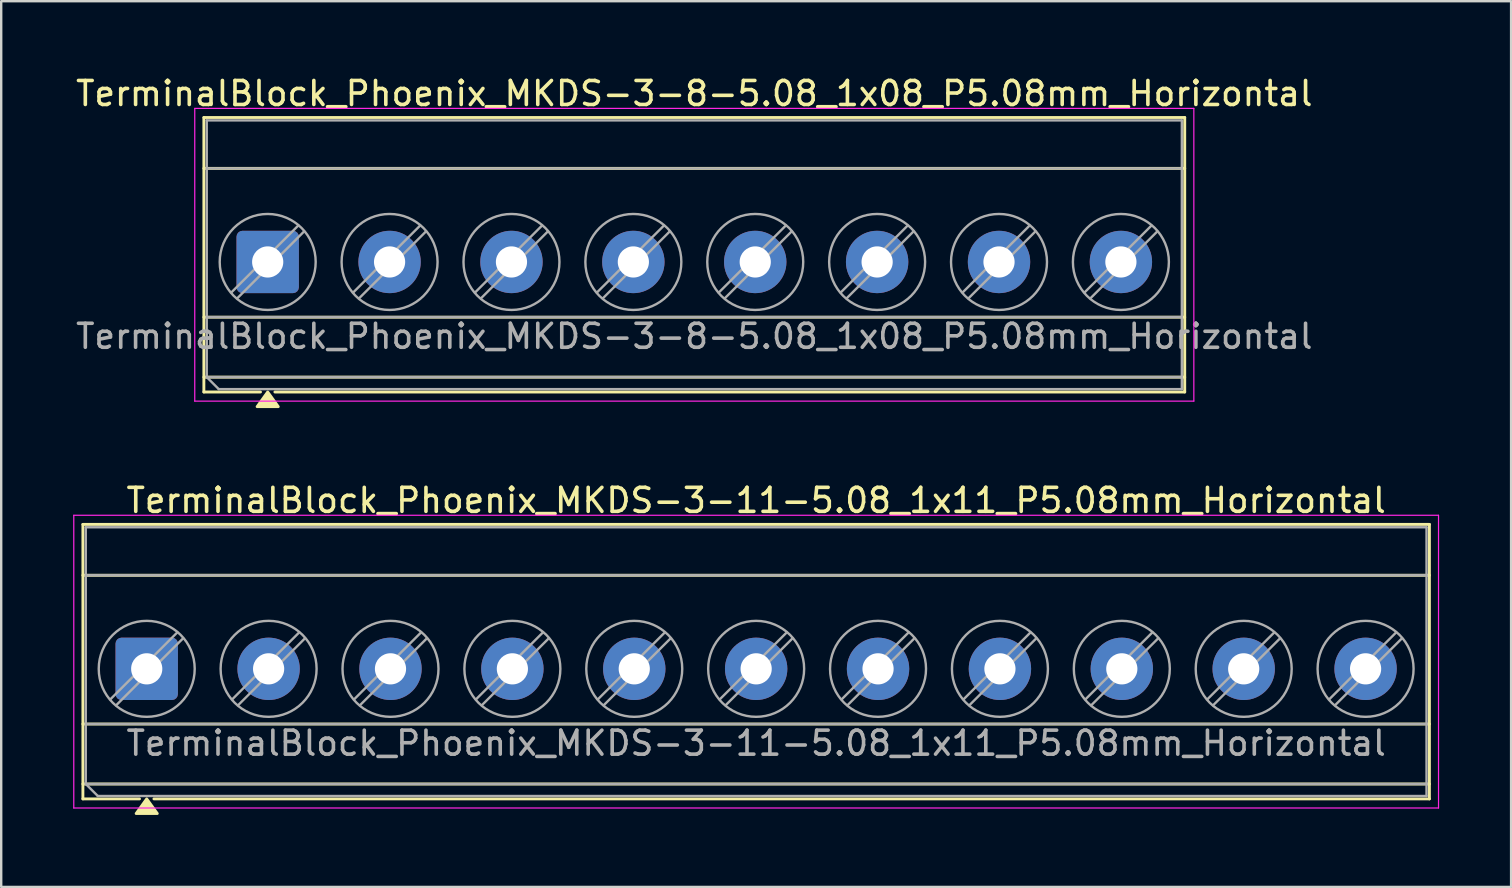
<source format=kicad_pcb>
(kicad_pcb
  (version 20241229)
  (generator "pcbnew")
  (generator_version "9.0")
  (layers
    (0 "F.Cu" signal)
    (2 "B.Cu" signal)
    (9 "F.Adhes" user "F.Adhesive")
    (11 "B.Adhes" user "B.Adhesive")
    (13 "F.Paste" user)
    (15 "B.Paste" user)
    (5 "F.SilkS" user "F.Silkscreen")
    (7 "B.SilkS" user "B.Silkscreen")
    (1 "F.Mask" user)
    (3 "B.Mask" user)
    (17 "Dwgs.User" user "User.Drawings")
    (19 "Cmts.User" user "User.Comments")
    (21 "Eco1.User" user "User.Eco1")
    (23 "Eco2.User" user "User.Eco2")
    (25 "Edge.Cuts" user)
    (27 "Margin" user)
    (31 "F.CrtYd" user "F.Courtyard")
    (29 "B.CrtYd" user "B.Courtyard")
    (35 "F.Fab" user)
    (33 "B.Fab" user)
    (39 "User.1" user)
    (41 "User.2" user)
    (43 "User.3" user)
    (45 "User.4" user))
  (footprint "TerminalBlock_Phoenix_MKDS-3-11-5.08_1x11_P5.08mm_Horizontal"
    (layer "F.Cu")
    (at 3.065 24.826)
    (property "Reference" "TerminalBlock_Phoenix_MKDS-3-11-5.08_1x11_P5.08mm_Horizontal" (at 25.4 -7.02 0) (layer "F.SilkS") (effects (font (size 1 1) (thickness 0.15))))
    (attr through_hole)
    (fp_line (start -2.66 -6.02) (end -2.66 5.42) (stroke (width 0.12) (type solid)) (layer "F.SilkS"))
    (fp_line (start -2.66 -6.02) (end 53.46 -6.02) (stroke (width 0.12) (type solid)) (layer "F.SilkS"))
    (fp_line (start -2.66 -3.9) (end 53.46 -3.9) (stroke (width 0.12) (type solid)) (layer "F.SilkS"))
    (fp_line (start -2.66 2.3) (end 53.46 2.3) (stroke (width 0.12) (type solid)) (layer "F.SilkS"))
    (fp_line (start -2.66 4.8) (end 53.46 4.8) (stroke (width 0.12) (type solid)) (layer "F.SilkS"))
    (fp_line (start -2.66 5.42) (end -0.3 5.42) (stroke (width 0.12) (type solid)) (layer "F.SilkS"))
    (fp_line (start 0.3 5.42) (end 53.46 5.42) (stroke (width 0.12) (type solid)) (layer "F.SilkS"))
    (fp_line (start 53.46 -6.02) (end 53.46 5.42) (stroke (width 0.12) (type solid)) (layer "F.SilkS"))
    (fp_poly (pts (xy 0 5.42) (xy 0.44 6.03) (xy -0.44 6.03)) (stroke (width 0.12) (type solid)) (fill yes) (layer "F.SilkS"))
    (fp_line (start -3.04 -6.4) (end -3.04 5.8) (stroke (width 0.05) (type solid)) (layer "F.CrtYd"))
    (fp_line (start -3.04 5.8) (end 53.84 5.8) (stroke (width 0.05) (type solid)) (layer "F.CrtYd"))
    (fp_line (start 53.84 -6.4) (end -3.04 -6.4) (stroke (width 0.05) (type solid)) (layer "F.CrtYd"))
    (fp_line (start 53.84 5.8) (end 53.84 -6.4) (stroke (width 0.05) (type solid)) (layer "F.CrtYd"))
    (fp_line (start -2.54 -5.9) (end 53.34 -5.9) (stroke (width 0.1) (type solid)) (layer "F.Fab"))
    (fp_line (start -2.54 -3.9) (end 53.34 -3.9) (stroke (width 0.1) (type solid)) (layer "F.Fab"))
    (fp_line (start -2.54 2.3) (end 53.34 2.3) (stroke (width 0.1) (type solid)) (layer "F.Fab"))
    (fp_line (start -2.54 4.8) (end -2.54 -5.9) (stroke (width 0.1) (type solid)) (layer "F.Fab"))
    (fp_line (start -2.54 4.8) (end 53.34 4.8) (stroke (width 0.1) (type solid)) (layer "F.Fab"))
    (fp_line (start -2.04 5.3) (end -2.54 4.8) (stroke (width 0.1) (type solid)) (layer "F.Fab"))
    (fp_line (start 1.273 -1.517) (end -1.517 1.272) (stroke (width 0.1) (type solid)) (layer "F.Fab"))
    (fp_line (start 1.517 -1.273) (end -1.273 1.517) (stroke (width 0.1) (type solid)) (layer "F.Fab"))
    (fp_line (start 6.353 -1.517) (end 3.563 1.272) (stroke (width 0.1) (type solid)) (layer "F.Fab"))
    (fp_line (start 6.597 -1.273) (end 3.807 1.517) (stroke (width 0.1) (type solid)) (layer "F.Fab"))
    (fp_line (start 11.433 -1.517) (end 8.643 1.272) (stroke (width 0.1) (type solid)) (layer "F.Fab"))
    (fp_line (start 11.677 -1.273) (end 8.887 1.517) (stroke (width 0.1) (type solid)) (layer "F.Fab"))
    (fp_line (start 16.513 -1.517) (end 13.723 1.272) (stroke (width 0.1) (type solid)) (layer "F.Fab"))
    (fp_line (start 16.757 -1.273) (end 13.967 1.517) (stroke (width 0.1) (type solid)) (layer "F.Fab"))
    (fp_line (start 21.593 -1.517) (end 18.803 1.272) (stroke (width 0.1) (type solid)) (layer "F.Fab"))
    (fp_line (start 21.837 -1.273) (end 19.047 1.517) (stroke (width 0.1) (type solid)) (layer "F.Fab"))
    (fp_line (start 26.673 -1.517) (end 23.883 1.272) (stroke (width 0.1) (type solid)) (layer "F.Fab"))
    (fp_line (start 26.917 -1.273) (end 24.127 1.517) (stroke (width 0.1) (type solid)) (layer "F.Fab"))
    (fp_line (start 31.753 -1.517) (end 28.963 1.272) (stroke (width 0.1) (type solid)) (layer "F.Fab"))
    (fp_line (start 31.997 -1.273) (end 29.207 1.517) (stroke (width 0.1) (type solid)) (layer "F.Fab"))
    (fp_line (start 36.833 -1.517) (end 34.043 1.272) (stroke (width 0.1) (type solid)) (layer "F.Fab"))
    (fp_line (start 37.077 -1.273) (end 34.287 1.517) (stroke (width 0.1) (type solid)) (layer "F.Fab"))
    (fp_line (start 41.913 -1.517) (end 39.123 1.272) (stroke (width 0.1) (type solid)) (layer "F.Fab"))
    (fp_line (start 42.157 -1.273) (end 39.367 1.517) (stroke (width 0.1) (type solid)) (layer "F.Fab"))
    (fp_line (start 46.993 -1.517) (end 44.203 1.272) (stroke (width 0.1) (type solid)) (layer "F.Fab"))
    (fp_line (start 47.237 -1.273) (end 44.447 1.517) (stroke (width 0.1) (type solid)) (layer "F.Fab"))
    (fp_line (start 52.073 -1.517) (end 49.283 1.272) (stroke (width 0.1) (type solid)) (layer "F.Fab"))
    (fp_line (start 52.317 -1.273) (end 49.527 1.517) (stroke (width 0.1) (type solid)) (layer "F.Fab"))
    (fp_line (start 53.34 -5.9) (end 53.34 5.3) (stroke (width 0.1) (type solid)) (layer "F.Fab"))
    (fp_line (start 53.34 5.3) (end -2.04 5.3) (stroke (width 0.1) (type solid)) (layer "F.Fab"))
    (fp_circle (center 0 0) (end 2 0) (stroke (width 0.1) (type solid)) (fill no) (layer "F.Fab"))
    (fp_circle (center 5.08 0) (end 7.08 0) (stroke (width 0.1) (type solid)) (fill no) (layer "F.Fab"))
    (fp_circle (center 10.16 0) (end 12.16 0) (stroke (width 0.1) (type solid)) (fill no) (layer "F.Fab"))
    (fp_circle (center 15.24 0) (end 17.24 0) (stroke (width 0.1) (type solid)) (fill no) (layer "F.Fab"))
    (fp_circle (center 20.32 0) (end 22.32 0) (stroke (width 0.1) (type solid)) (fill no) (layer "F.Fab"))
    (fp_circle (center 25.4 0) (end 27.4 0) (stroke (width 0.1) (type solid)) (fill no) (layer "F.Fab"))
    (fp_circle (center 30.48 0) (end 32.48 0) (stroke (width 0.1) (type solid)) (fill no) (layer "F.Fab"))
    (fp_circle (center 35.56 0) (end 37.56 0) (stroke (width 0.1) (type solid)) (fill no) (layer "F.Fab"))
    (fp_circle (center 40.64 0) (end 42.64 0) (stroke (width 0.1) (type solid)) (fill no) (layer "F.Fab"))
    (fp_circle (center 45.72 0) (end 47.72 0) (stroke (width 0.1) (type solid)) (fill no) (layer "F.Fab"))
    (fp_circle (center 50.8 0) (end 52.8 0) (stroke (width 0.1) (type solid)) (fill no) (layer "F.Fab"))
    (fp_text user "${REFERENCE}" (at 25.4 3.1 0) (layer "F.Fab") (effects (font (size 1 1) (thickness 0.15))))
    (pad "1" thru_hole roundrect (at 0 0) (size 2.6 2.6) (drill 1.3) (layers "*.Cu" "*.Mask") (roundrect_rratio 0.096))
    (pad "2" thru_hole circle (at 5.08 0) (size 2.6 2.6) (drill 1.3) (layers "*.Cu" "*.Mask"))
    (pad "3" thru_hole circle (at 10.16 0) (size 2.6 2.6) (drill 1.3) (layers "*.Cu" "*.Mask"))
    (pad "4" thru_hole circle (at 15.24 0) (size 2.6 2.6) (drill 1.3) (layers "*.Cu" "*.Mask"))
    (pad "5" thru_hole circle (at 20.32 0) (size 2.6 2.6) (drill 1.3) (layers "*.Cu" "*.Mask"))
    (pad "6" thru_hole circle (at 25.4 0) (size 2.6 2.6) (drill 1.3) (layers "*.Cu" "*.Mask"))
    (pad "7" thru_hole circle (at 30.48 0) (size 2.6 2.6) (drill 1.3) (layers "*.Cu" "*.Mask"))
    (pad "8" thru_hole circle (at 35.56 0) (size 2.6 2.6) (drill 1.3) (layers "*.Cu" "*.Mask"))
    (pad "9" thru_hole circle (at 40.64 0) (size 2.6 2.6) (drill 1.3) (layers "*.Cu" "*.Mask"))
    (pad "10" thru_hole circle (at 45.72 0) (size 2.6 2.6) (drill 1.3) (layers "*.Cu" "*.Mask"))
    (pad "11" thru_hole circle (at 50.8 0) (size 2.6 2.6) (drill 1.3) (layers "*.Cu" "*.Mask")))
  (footprint "TerminalBlock_Phoenix_MKDS-3-8-5.08_1x08_P5.08mm_Horizontal"
    (layer "F.Cu")
    (at 8.107 7.868)
    (property "Reference" "TerminalBlock_Phoenix_MKDS-3-8-5.08_1x08_P5.08mm_Horizontal" (at 17.78 -7.02 0) (layer "F.SilkS") (effects (font (size 1 1) (thickness 0.15))))
    (attr through_hole)
    (fp_line (start -2.66 -6.02) (end -2.66 5.42) (stroke (width 0.12) (type solid)) (layer "F.SilkS"))
    (fp_line (start -2.66 -6.02) (end 38.22 -6.02) (stroke (width 0.12) (type solid)) (layer "F.SilkS"))
    (fp_line (start -2.66 -3.9) (end 38.22 -3.9) (stroke (width 0.12) (type solid)) (layer "F.SilkS"))
    (fp_line (start -2.66 2.3) (end 38.22 2.3) (stroke (width 0.12) (type solid)) (layer "F.SilkS"))
    (fp_line (start -2.66 4.8) (end 38.22 4.8) (stroke (width 0.12) (type solid)) (layer "F.SilkS"))
    (fp_line (start -2.66 5.42) (end -0.3 5.42) (stroke (width 0.12) (type solid)) (layer "F.SilkS"))
    (fp_line (start 0.3 5.42) (end 38.22 5.42) (stroke (width 0.12) (type solid)) (layer "F.SilkS"))
    (fp_line (start 38.22 -6.02) (end 38.22 5.42) (stroke (width 0.12) (type solid)) (layer "F.SilkS"))
    (fp_poly (pts (xy 0 5.42) (xy 0.44 6.03) (xy -0.44 6.03)) (stroke (width 0.12) (type solid)) (fill yes) (layer "F.SilkS"))
    (fp_line (start -3.04 -6.4) (end -3.04 5.8) (stroke (width 0.05) (type solid)) (layer "F.CrtYd"))
    (fp_line (start -3.04 5.8) (end 38.6 5.8) (stroke (width 0.05) (type solid)) (layer "F.CrtYd"))
    (fp_line (start 38.6 -6.4) (end -3.04 -6.4) (stroke (width 0.05) (type solid)) (layer "F.CrtYd"))
    (fp_line (start 38.6 5.8) (end 38.6 -6.4) (stroke (width 0.05) (type solid)) (layer "F.CrtYd"))
    (fp_line (start -2.54 -5.9) (end 38.1 -5.9) (stroke (width 0.1) (type solid)) (layer "F.Fab"))
    (fp_line (start -2.54 -3.9) (end 38.1 -3.9) (stroke (width 0.1) (type solid)) (layer "F.Fab"))
    (fp_line (start -2.54 2.3) (end 38.1 2.3) (stroke (width 0.1) (type solid)) (layer "F.Fab"))
    (fp_line (start -2.54 4.8) (end -2.54 -5.9) (stroke (width 0.1) (type solid)) (layer "F.Fab"))
    (fp_line (start -2.54 4.8) (end 38.1 4.8) (stroke (width 0.1) (type solid)) (layer "F.Fab"))
    (fp_line (start -2.04 5.3) (end -2.54 4.8) (stroke (width 0.1) (type solid)) (layer "F.Fab"))
    (fp_line (start 1.273 -1.517) (end -1.517 1.272) (stroke (width 0.1) (type solid)) (layer "F.Fab"))
    (fp_line (start 1.517 -1.273) (end -1.273 1.517) (stroke (width 0.1) (type solid)) (layer "F.Fab"))
    (fp_line (start 6.353 -1.517) (end 3.563 1.272) (stroke (width 0.1) (type solid)) (layer "F.Fab"))
    (fp_line (start 6.597 -1.273) (end 3.807 1.517) (stroke (width 0.1) (type solid)) (layer "F.Fab"))
    (fp_line (start 11.433 -1.517) (end 8.643 1.272) (stroke (width 0.1) (type solid)) (layer "F.Fab"))
    (fp_line (start 11.677 -1.273) (end 8.887 1.517) (stroke (width 0.1) (type solid)) (layer "F.Fab"))
    (fp_line (start 16.513 -1.517) (end 13.723 1.272) (stroke (width 0.1) (type solid)) (layer "F.Fab"))
    (fp_line (start 16.757 -1.273) (end 13.967 1.517) (stroke (width 0.1) (type solid)) (layer "F.Fab"))
    (fp_line (start 21.593 -1.517) (end 18.803 1.272) (stroke (width 0.1) (type solid)) (layer "F.Fab"))
    (fp_line (start 21.837 -1.273) (end 19.047 1.517) (stroke (width 0.1) (type solid)) (layer "F.Fab"))
    (fp_line (start 26.673 -1.517) (end 23.883 1.272) (stroke (width 0.1) (type solid)) (layer "F.Fab"))
    (fp_line (start 26.917 -1.273) (end 24.127 1.517) (stroke (width 0.1) (type solid)) (layer "F.Fab"))
    (fp_line (start 31.753 -1.517) (end 28.963 1.272) (stroke (width 0.1) (type solid)) (layer "F.Fab"))
    (fp_line (start 31.997 -1.273) (end 29.207 1.517) (stroke (width 0.1) (type solid)) (layer "F.Fab"))
    (fp_line (start 36.833 -1.517) (end 34.043 1.272) (stroke (width 0.1) (type solid)) (layer "F.Fab"))
    (fp_line (start 37.077 -1.273) (end 34.287 1.517) (stroke (width 0.1) (type solid)) (layer "F.Fab"))
    (fp_line (start 38.1 -5.9) (end 38.1 5.3) (stroke (width 0.1) (type solid)) (layer "F.Fab"))
    (fp_line (start 38.1 5.3) (end -2.04 5.3) (stroke (width 0.1) (type solid)) (layer "F.Fab"))
    (fp_circle (center 0 0) (end 2 0) (stroke (width 0.1) (type solid)) (fill no) (layer "F.Fab"))
    (fp_circle (center 5.08 0) (end 7.08 0) (stroke (width 0.1) (type solid)) (fill no) (layer "F.Fab"))
    (fp_circle (center 10.16 0) (end 12.16 0) (stroke (width 0.1) (type solid)) (fill no) (layer "F.Fab"))
    (fp_circle (center 15.24 0) (end 17.24 0) (stroke (width 0.1) (type solid)) (fill no) (layer "F.Fab"))
    (fp_circle (center 20.32 0) (end 22.32 0) (stroke (width 0.1) (type solid)) (fill no) (layer "F.Fab"))
    (fp_circle (center 25.4 0) (end 27.4 0) (stroke (width 0.1) (type solid)) (fill no) (layer "F.Fab"))
    (fp_circle (center 30.48 0) (end 32.48 0) (stroke (width 0.1) (type solid)) (fill no) (layer "F.Fab"))
    (fp_circle (center 35.56 0) (end 37.56 0) (stroke (width 0.1) (type solid)) (fill no) (layer "F.Fab"))
    (fp_text user "${REFERENCE}" (at 17.78 3.1 0) (layer "F.Fab") (effects (font (size 1 1) (thickness 0.15))))
    (pad "1" thru_hole roundrect (at 0 0) (size 2.6 2.6) (drill 1.3) (layers "*.Cu" "*.Mask") (roundrect_rratio 0.096))
    (pad "2" thru_hole circle (at 5.08 0) (size 2.6 2.6) (drill 1.3) (layers "*.Cu" "*.Mask"))
    (pad "3" thru_hole circle (at 10.16 0) (size 2.6 2.6) (drill 1.3) (layers "*.Cu" "*.Mask"))
    (pad "4" thru_hole circle (at 15.24 0) (size 2.6 2.6) (drill 1.3) (layers "*.Cu" "*.Mask"))
    (pad "5" thru_hole circle (at 20.32 0) (size 2.6 2.6) (drill 1.3) (layers "*.Cu" "*.Mask"))
    (pad "6" thru_hole circle (at 25.4 0) (size 2.6 2.6) (drill 1.3) (layers "*.Cu" "*.Mask"))
    (pad "7" thru_hole circle (at 30.48 0) (size 2.6 2.6) (drill 1.3) (layers "*.Cu" "*.Mask"))
    (pad "8" thru_hole circle (at 35.56 0) (size 2.6 2.6) (drill 1.3) (layers "*.Cu" "*.Mask")))
  (gr_rect
    (start -3 -3)
    (end 59.93 33.916)
    (stroke (width 0.1) (type default))
    (fill no)
    (layer "Edge.Cuts")))
</source>
